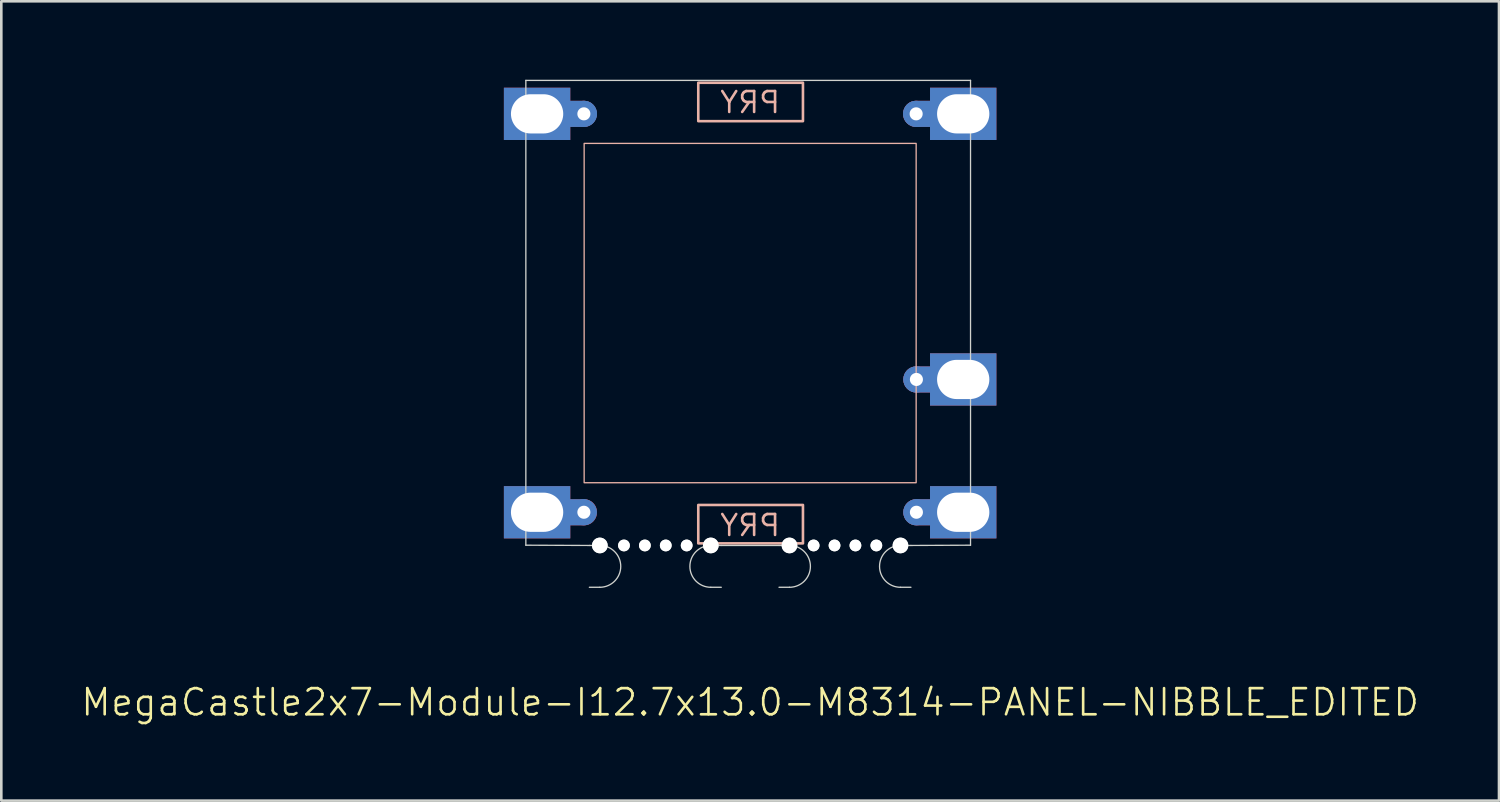
<source format=kicad_pcb>
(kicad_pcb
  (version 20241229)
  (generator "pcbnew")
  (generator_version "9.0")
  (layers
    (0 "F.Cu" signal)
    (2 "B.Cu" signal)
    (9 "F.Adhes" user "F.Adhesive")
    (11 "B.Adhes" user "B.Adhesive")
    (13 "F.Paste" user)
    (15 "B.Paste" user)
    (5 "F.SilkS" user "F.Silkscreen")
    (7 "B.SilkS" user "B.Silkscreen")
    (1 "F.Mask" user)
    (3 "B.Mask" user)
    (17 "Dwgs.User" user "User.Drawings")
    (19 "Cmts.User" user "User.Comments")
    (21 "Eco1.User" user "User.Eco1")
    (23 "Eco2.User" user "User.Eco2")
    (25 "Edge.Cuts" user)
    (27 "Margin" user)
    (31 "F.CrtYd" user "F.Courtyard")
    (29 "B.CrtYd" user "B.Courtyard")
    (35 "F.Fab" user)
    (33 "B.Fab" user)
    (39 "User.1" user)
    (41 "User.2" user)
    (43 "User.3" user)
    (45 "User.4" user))
  (footprint "MegaCastle2x7-Module-I12.7x13.0-M8314-PANEL-NIBBLE_EDITED"
    (layer "F.Cu")
    (at 25.645 8.925)
    (property "Reference" "MegaCastle2x7-Module-I12.7x13.0-M8314-PANEL-NIBBLE_EDITED" (at 0 14.89 0) (unlocked yes) (layer "F.SilkS") (effects (font (size 1 1) (thickness 0.1))))
    (attr smd)
    (fp_rect (start -6.35 6.49) (end 6.35 -6.49) (stroke (width 0.05) (type default)) (fill no) (layer "B.SilkS"))
    (fp_rect (start -1.984 -7.341) (end 2.02 -8.81) (stroke (width 0.1) (type default)) (fill no) (layer "B.SilkS"))
    (fp_rect (start -1.984 7.341) (end 2.02 8.81) (stroke (width 0.1) (type default)) (fill no) (layer "B.SilkS"))
    (fp_line (start -8.58 -8.9) (end -8.58 8.88) (stroke (width 0.05) (type default)) (layer "Edge.Cuts"))
    (fp_line (start -8.58 -8.9) (end 8.43 -8.9) (stroke (width 0.05) (type default)) (layer "Edge.Cuts"))
    (fp_line (start -8.58 8.88) (end -6.15 8.89) (stroke (width 0.05) (type default)) (layer "Edge.Cuts"))
    (fp_line (start -6.15 8.89) (end -5.75 8.89) (stroke (width 0.05) (type default)) (layer "Edge.Cuts"))
    (fp_line (start -6.15 10.49) (end -5.75 10.49) (stroke (width 0.05) (type default)) (layer "Edge.Cuts"))
    (fp_line (start -1.105 8.89) (end -1.505 8.89) (stroke (width 0.05) (type default)) (layer "Edge.Cuts"))
    (fp_line (start -1.105 8.89) (end 1.105 8.89) (stroke (width 0.05) (type default)) (layer "Edge.Cuts"))
    (fp_line (start -1.105 10.49) (end -1.505 10.49) (stroke (width 0.05) (type default)) (layer "Edge.Cuts"))
    (fp_line (start 1.105 8.89) (end 1.505 8.89) (stroke (width 0.05) (type default)) (layer "Edge.Cuts"))
    (fp_line (start 1.105 10.49) (end 1.505 10.49) (stroke (width 0.05) (type default)) (layer "Edge.Cuts"))
    (fp_line (start 6.15 8.89) (end 5.75 8.89) (stroke (width 0.05) (type default)) (layer "Edge.Cuts"))
    (fp_line (start 6.15 8.89) (end 8.43 8.88) (stroke (width 0.05) (type default)) (layer "Edge.Cuts"))
    (fp_line (start 6.15 10.49) (end 5.75 10.49) (stroke (width 0.05) (type default)) (layer "Edge.Cuts"))
    (fp_line (start 8.43 -8.9) (end 8.43 8.88) (stroke (width 0.05) (type default)) (layer "Edge.Cuts"))
    (fp_arc (start -5.75 8.89) (mid -4.95 9.69) (end -5.75 10.49) (stroke (width 0.05) (type default)) (layer "Edge.Cuts"))
    (fp_arc (start -1.505 10.49) (mid -2.305 9.69) (end -1.505 8.89) (stroke (width 0.05) (type default)) (layer "Edge.Cuts"))
    (fp_arc (start 1.505 8.89) (mid 2.305 9.69) (end 1.505 10.49) (stroke (width 0.05) (type default)) (layer "Edge.Cuts"))
    (fp_arc (start 5.75 10.49) (mid 4.95 9.69) (end 5.75 8.89) (stroke (width 0.05) (type default)) (layer "Edge.Cuts"))
    (fp_text user "PRY" (at 0 8.59 0) (unlocked yes) (layer "B.SilkS") (effects (font (size 0.8 0.8) (thickness 0.1)) (justify bottom mirror)))
    (fp_text user "PRY" (at 0 -7.59 0) (unlocked yes) (layer "B.SilkS") (effects (font (size 0.8 0.8) (thickness 0.1)) (justify bottom mirror)))
    (pad "" np_thru_hole circle (at -5.75 8.89) (size 0.6 0.6) (drill 0.6) (layers "*.Cu" "Edge.Cuts"))
    (pad "" np_thru_hole circle (at -4.827 8.89) (size 0.45 0.45) (drill 0.45) (layers "*.Cu" "Edge.Cuts"))
    (pad "" np_thru_hole circle (at -4.027 8.89) (size 0.45 0.45) (drill 0.45) (layers "*.Cu" "Edge.Cuts"))
    (pad "" np_thru_hole circle (at -3.228 8.89) (size 0.45 0.45) (drill 0.45) (layers "*.Cu" "Edge.Cuts"))
    (pad "" np_thru_hole circle (at -2.428 8.89) (size 0.45 0.45) (drill 0.45) (layers "*.Cu" "Edge.Cuts"))
    (pad "" np_thru_hole circle (at -1.505 8.89) (size 0.6 0.6) (drill 0.6) (layers "*.Cu" "Edge.Cuts"))
    (pad "" np_thru_hole circle (at 1.505 8.89) (size 0.6 0.6) (drill 0.6) (layers "*.Cu" "Edge.Cuts"))
    (pad "" np_thru_hole circle (at 2.428 8.89) (size 0.45 0.45) (drill 0.45) (layers "*.Cu" "Edge.Cuts"))
    (pad "" np_thru_hole circle (at 3.228 8.89) (size 0.45 0.45) (drill 0.45) (layers "*.Cu" "Edge.Cuts"))
    (pad "" np_thru_hole circle (at 4.027 8.89) (size 0.45 0.45) (drill 0.45) (layers "*.Cu" "Edge.Cuts"))
    (pad "" np_thru_hole circle (at 4.827 8.89) (size 0.45 0.45) (drill 0.45) (layers "*.Cu" "Edge.Cuts"))
    (pad "" np_thru_hole circle (at 5.75 8.89) (size 0.6 0.6) (drill 0.6) (layers "*.Cu" "Edge.Cuts"))
    (pad "1" thru_hole rect (at -8.15 -7.62) (size 2.54 2) (drill oval 2 1.5) (property pad_prop_castellated) (layers "*.Cu" "*.Mask"))
    (pad "1" smd oval (at -6.88 -7.62) (size 2 1) (layers "F.Cu" "F.Mask"))
    (pad "1" smd oval (at -6.86 -7.62) (size 2 1) (layers "B.Cu" "B.Mask"))
    (pad "1" thru_hole circle (at -6.36 -7.62) (size 1 1) (drill 0.5) (layers "*.Cu" "*.Mask"))
    (pad "7" thru_hole rect (at -8.15 7.62) (size 2.54 2) (drill oval 2 1.5) (property pad_prop_castellated) (layers "*.Cu" "*.Mask"))
    (pad "7" smd oval (at -6.88 7.62) (size 2 1) (layers "B.Cu" "B.Mask"))
    (pad "7" smd oval (at -6.86 7.62) (size 2 1) (layers "F.Cu" "F.Mask"))
    (pad "7" thru_hole circle (at -6.36 7.62) (size 1 1) (drill 0.5) (layers "*.Cu" "*.Mask"))
    (pad "8" thru_hole circle (at 6.35 -7.62) (size 1 1) (drill 0.5) (layers "*.Cu" "*.Mask"))
    (pad "8" smd oval (at 6.85 -7.62) (size 2 1) (layers "F.Cu" "F.Mask"))
    (pad "8" smd oval (at 6.85 -7.62) (size 2 1) (layers "B.Cu" "B.Mask"))
    (pad "8" thru_hole rect (at 8.15 -7.62) (size 2.54 2) (drill oval 2 1.5) (property pad_prop_castellated) (layers "*.Cu" "*.Mask"))
    (pad "12" thru_hole circle (at 6.36 2.54) (size 1 1) (drill 0.5) (layers "*.Cu" "*.Mask"))
    (pad "12" smd oval (at 6.86 2.54) (size 2 1) (layers "F.Cu" "F.Mask"))
    (pad "12" smd oval (at 6.86 2.54) (size 2 1) (layers "B.Cu" "B.Mask"))
    (pad "12" thru_hole rect (at 8.15 2.54) (size 2.54 2) (drill oval 2 1.5) (property pad_prop_castellated) (layers "*.Cu" "*.Mask"))
    (pad "14" thru_hole circle (at 6.36 7.62) (size 1 1) (drill 0.5) (layers "*.Cu" "*.Mask"))
    (pad "14" smd oval (at 6.86 7.62) (size 2 1) (layers "F.Cu" "F.Mask"))
    (pad "14" smd oval (at 6.86 7.62) (size 2 1) (layers "B.Cu" "B.Mask"))
    (pad "14" thru_hole rect (at 8.15 7.62) (size 2.54 2) (drill oval 2 1.5) (property pad_prop_castellated) (layers "*.Cu" "*.Mask"))
    (zone (net_name "") (layer "B.Cu") (hatch edge 0.5) (connect_pads) (min_thickness 0.25) (filled_areas_thickness no) (keepout (tracks allowed) (vias allowed) (pads allowed) (copperpour allowed) (footprints not_allowed)) (placement (enabled no)) (fill) (polygon (pts (xy 17.495 17.815) (xy 17.495 0.035) (xy 19.295 0.035) (xy 19.295 17.815))))
    (zone (net_name "") (layer "B.Cu") (hatch edge 0.5) (connect_pads) (min_thickness 0.25) (filled_areas_thickness no) (keepout (tracks allowed) (vias allowed) (pads allowed) (copperpour allowed) (footprints not_allowed)) (placement (enabled no)) (fill) (polygon (pts (xy 19.295 0.035) (xy 19.295 2.435) (xy 31.995 2.435) (xy 31.995 0.035))))
    (zone (net_name "") (layer "B.Cu") (hatch edge 0.5) (connect_pads) (min_thickness 0.25) (filled_areas_thickness no) (keepout (tracks allowed) (vias allowed) (pads allowed) (copperpour allowed) (footprints not_allowed)) (placement (enabled no)) (fill) (polygon (pts (xy 19.295 17.815) (xy 19.295 15.415) (xy 31.995 15.415) (xy 31.995 17.815))))
    (zone (net_name "") (layer "B.Cu") (name "Upper Pry Zone") (hatch edge 0.5) (connect_pads) (min_thickness 0.25) (filled_areas_thickness no) (keepout (tracks not_allowed) (vias not_allowed) (pads not_allowed) (copperpour allowed) (footprints not_allowed)) (placement (enabled no)) (fill) (polygon (pts (xy 23.661 1.584) (xy 23.661 0.115) (xy 27.665 0.115) (xy 27.665 1.584))))
    (zone (net_name "") (layer "B.Cu") (name "Upper Pry Zone") (hatch edge 0.5) (connect_pads) (min_thickness 0.25) (filled_areas_thickness no) (keepout (tracks not_allowed) (vias not_allowed) (pads not_allowed) (copperpour allowed) (footprints not_allowed)) (placement (enabled no)) (fill) (polygon (pts (xy 23.661 16.266) (xy 23.661 17.735) (xy 27.665 17.735) (xy 27.665 16.266))))
    (zone (net_name "") (layer "B.Cu") (hatch edge 0.5) (connect_pads) (min_thickness 0.25) (filled_areas_thickness no) (keepout (tracks allowed) (vias allowed) (pads allowed) (copperpour allowed) (footprints not_allowed)) (placement (enabled no)) (fill) (polygon (pts (xy 33.795 17.815) (xy 33.795 0.035) (xy 31.995 0.035) (xy 31.995 17.815)))))
  (gr_rect
    (start -3 -3)
    (end 54.29 27.576)
    (stroke (width 0.1) (type default))
    (fill no)
    (layer "Edge.Cuts")))
</source>
